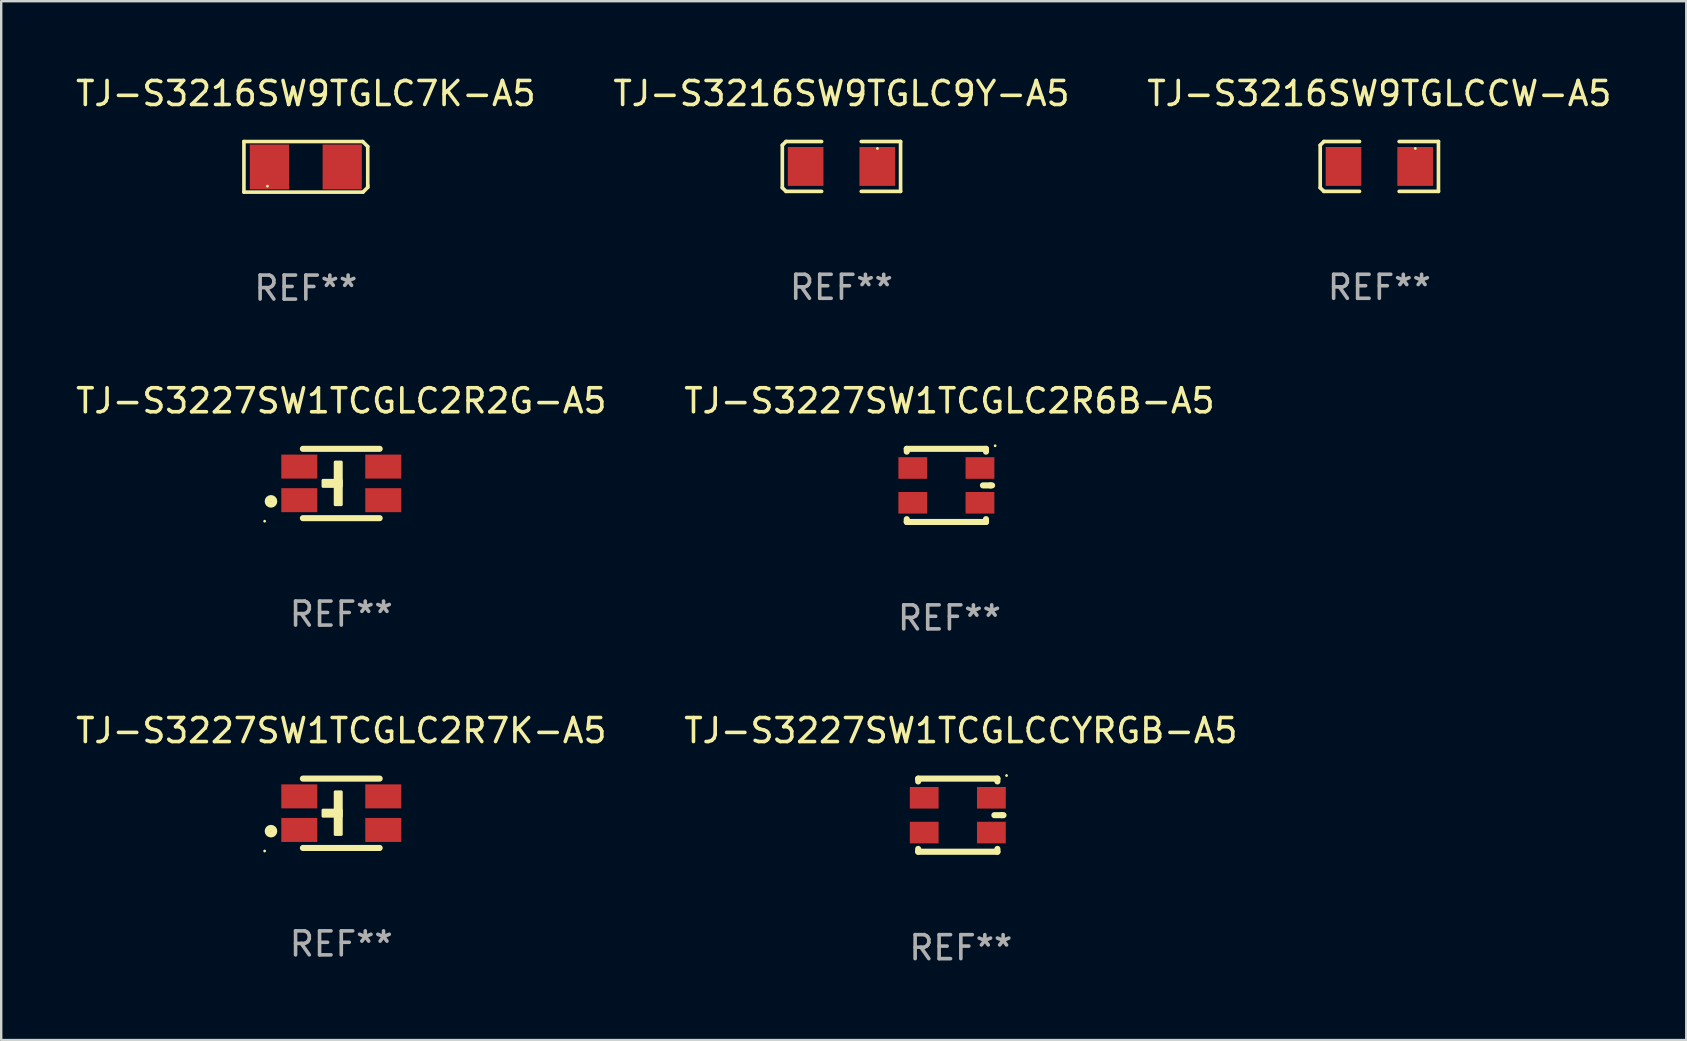
<source format=kicad_pcb>
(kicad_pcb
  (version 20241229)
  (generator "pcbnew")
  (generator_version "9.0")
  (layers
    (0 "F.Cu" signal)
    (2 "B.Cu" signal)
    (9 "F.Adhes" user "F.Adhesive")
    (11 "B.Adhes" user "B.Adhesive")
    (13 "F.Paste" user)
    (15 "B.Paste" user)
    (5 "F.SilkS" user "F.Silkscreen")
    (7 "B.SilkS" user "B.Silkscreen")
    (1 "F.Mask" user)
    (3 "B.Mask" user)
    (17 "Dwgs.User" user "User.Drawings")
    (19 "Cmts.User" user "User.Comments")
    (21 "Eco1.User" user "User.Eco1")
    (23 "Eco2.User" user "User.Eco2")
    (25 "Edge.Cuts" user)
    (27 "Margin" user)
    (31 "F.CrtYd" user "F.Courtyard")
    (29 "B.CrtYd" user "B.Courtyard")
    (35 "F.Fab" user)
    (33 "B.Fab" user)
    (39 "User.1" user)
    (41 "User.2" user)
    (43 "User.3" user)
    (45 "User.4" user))
  (footprint "TJ-S3216SW9TGLC7K-A5"
    (layer "F.Cu")
    (at 9.696 3.903)
    (property "Reference" "TJ-S3216SW9TGLC7K-A5" (at 0 -3.055 0) (layer "F.SilkS") (effects (font (size 1 1) (thickness 0.15))))
    (attr through_hole)
    (fp_line (start -2.58 -1.055) (end 2.37 -1.055) (stroke (width 0.15) (type solid)) (layer "F.SilkS"))
    (fp_line (start -2.58 1.055) (end -2.58 -1.055) (stroke (width 0.15) (type solid)) (layer "F.SilkS"))
    (fp_line (start 2.38 1.055) (end -2.58 1.055) (stroke (width 0.15) (type solid)) (layer "F.SilkS"))
    (fp_line (start 2.58 -0.845) (end 2.37 -1.055) (stroke (width 0.15) (type solid)) (layer "F.SilkS"))
    (fp_line (start 2.58 0.775) (end 2.58 -0.845) (stroke (width 0.15) (type solid)) (layer "F.SilkS"))
    (fp_line (start 2.58 0.775) (end 2.58 0.855) (stroke (width 0.15) (type solid)) (layer "F.SilkS"))
    (fp_line (start 2.58 0.855) (end 2.38 1.055) (stroke (width 0.15) (type solid)) (layer "F.SilkS"))
    (fp_circle (center -1.6 0.805) (end -1.57 0.805) (stroke (width 0.06) (type solid)) (fill no) (layer "F.SilkS"))
    (fp_text user "REF**" (at 0 5.055 0) (layer "F.Fab") (effects (font (size 1 1) (thickness 0.15))))
    (pad "1" smd rect (at -1.517 0.005) (size 1.635 1.87) (layers "F.Cu" "F.Mask" "F.Paste"))
    (pad "2" smd rect (at 1.517 0.005) (size 1.635 1.87) (layers "F.Cu" "F.Mask" "F.Paste")))
  (footprint "TJ-S3227SW1TCGLC2R2G-A5"
    (layer "F.Cu")
    (at 11.173 17.1)
    (property "Reference" "TJ-S3227SW1TCGLC2R2G-A5" (at 0 -3.445 0) (layer "F.SilkS") (effects (font (size 1 1) (thickness 0.15))))
    (attr through_hole)
    (fp_line (start -1.6 -1.445) (end 1.6 -1.445) (stroke (width 0.254) (type solid)) (layer "F.SilkS"))
    (fp_line (start 1.6 1.445) (end -1.6 1.445) (stroke (width 0.254) (type solid)) (layer "F.SilkS"))
    (fp_circle (center -3.193 1.572) (end -3.163 1.572) (stroke (width 0.06) (type solid)) (fill no) (layer "F.SilkS"))
    (fp_circle (center -2.93 0.745) (end -2.794 0.745) (stroke (width 0.254) (type solid)) (fill no) (layer "F.SilkS"))
    (fp_poly (pts (xy -0.762 -0.132) (xy 0 -0.132) (xy 0 0.122) (xy -0.762 0.122)) (stroke (width 0.12) (type solid)) (fill yes) (layer "F.SilkS"))
    (fp_poly (pts (xy -0.254 -0.894) (xy 0 -0.894) (xy 0 0.884) (xy -0.254 0.884)) (stroke (width 0.12) (type solid)) (fill yes) (layer "F.SilkS"))
    (fp_text user "REF**" (at 0 5.445 0) (layer "F.Fab") (effects (font (size 1 1) (thickness 0.15))))
    (pad "1" smd rect (at -1.75 0.695 90) (size 1 1.5) (layers "F.Cu" "F.Mask" "F.Paste"))
    (pad "2" smd rect (at 1.75 0.695 90) (size 1 1.5) (layers "F.Cu" "F.Mask" "F.Paste"))
    (pad "3" smd rect (at 1.75 -0.705 90) (size 1 1.5) (layers "F.Cu" "F.Mask" "F.Paste"))
    (pad "4" smd rect (at -1.75 -0.705 90) (size 1 1.5) (layers "F.Cu" "F.Mask" "F.Paste")))
  (footprint "TJ-S3227SW1TCGLC2R7K-A5"
    (layer "F.Cu")
    (at 11.173 30.844)
    (property "Reference" "TJ-S3227SW1TCGLC2R7K-A5" (at 0 -3.445 0) (layer "F.SilkS") (effects (font (size 1 1) (thickness 0.15))))
    (attr through_hole)
    (fp_line (start -1.6 -1.445) (end 1.6 -1.445) (stroke (width 0.254) (type solid)) (layer "F.SilkS"))
    (fp_line (start 1.6 1.445) (end -1.6 1.445) (stroke (width 0.254) (type solid)) (layer "F.SilkS"))
    (fp_circle (center -3.193 1.572) (end -3.163 1.572) (stroke (width 0.06) (type solid)) (fill no) (layer "F.SilkS"))
    (fp_circle (center -2.93 0.745) (end -2.794 0.745) (stroke (width 0.254) (type solid)) (fill no) (layer "F.SilkS"))
    (fp_poly (pts (xy -0.762 -0.132) (xy 0 -0.132) (xy 0 0.122) (xy -0.762 0.122)) (stroke (width 0.12) (type solid)) (fill yes) (layer "F.SilkS"))
    (fp_poly (pts (xy -0.254 -0.894) (xy 0 -0.894) (xy 0 0.884) (xy -0.254 0.884)) (stroke (width 0.12) (type solid)) (fill yes) (layer "F.SilkS"))
    (fp_text user "REF**" (at 0 5.445 0) (layer "F.Fab") (effects (font (size 1 1) (thickness 0.15))))
    (pad "1" smd rect (at -1.75 0.695 90) (size 1 1.5) (layers "F.Cu" "F.Mask" "F.Paste"))
    (pad "2" smd rect (at 1.75 0.695 90) (size 1 1.5) (layers "F.Cu" "F.Mask" "F.Paste"))
    (pad "3" smd rect (at 1.75 -0.705 90) (size 1 1.5) (layers "F.Cu" "F.Mask" "F.Paste"))
    (pad "4" smd rect (at -1.75 -0.705 90) (size 1 1.5) (layers "F.Cu" "F.Mask" "F.Paste")))
  (footprint "TJ-S3216SW9TGLCCW-A5"
    (layer "F.Cu")
    (at 54.435 3.887)
    (property "Reference" "TJ-S3216SW9TGLCCW-A5" (at 0 -3.039 0) (layer "F.SilkS") (effects (font (size 1 1) (thickness 0.15))))
    (attr through_hole)
    (fp_line (start -2.464 -0.886) (end -2.311 -1.039) (stroke (width 0.152) (type solid)) (layer "F.SilkS"))
    (fp_line (start -2.464 0.886) (end -2.464 -0.886) (stroke (width 0.152) (type solid)) (layer "F.SilkS"))
    (fp_line (start -2.311 -1.039) (end -0.826 -1.039) (stroke (width 0.152) (type solid)) (layer "F.SilkS"))
    (fp_line (start -2.311 1.039) (end -2.464 0.886) (stroke (width 0.152) (type solid)) (layer "F.SilkS"))
    (fp_line (start -0.826 1.039) (end -2.311 1.039) (stroke (width 0.152) (type solid)) (layer "F.SilkS"))
    (fp_line (start 0.826 1.039) (end 2.464 1.039) (stroke (width 0.152) (type solid)) (layer "F.SilkS"))
    (fp_line (start 2.464 -1.039) (end 0.826 -1.039) (stroke (width 0.152) (type solid)) (layer "F.SilkS"))
    (fp_line (start 2.464 1.039) (end 2.464 -1.039) (stroke (width 0.152) (type solid)) (layer "F.SilkS"))
    (fp_circle (center 1.5 -0.75) (end 1.53 -0.75) (stroke (width 0.06) (type solid)) (fill no) (layer "F.SilkS"))
    (fp_text user "REF**" (at 0 5.039 0) (layer "F.Fab") (effects (font (size 1 1) (thickness 0.15))))
    (pad "1" smd rect (at 1.493 0) (size 1.485 1.62) (layers "F.Cu" "F.Mask" "F.Paste"))
    (pad "2" smd rect (at -1.493 0) (size 1.485 1.62) (layers "F.Cu" "F.Mask" "F.Paste")))
  (footprint "TJ-S3227SW1TCGLCCYRGB-A5"
    (layer "F.Cu")
    (at 36.994 30.923)
    (property "Reference" "TJ-S3227SW1TCGLCCYRGB-A5" (at 0 -3.524 0) (layer "F.SilkS") (effects (font (size 1 1) (thickness 0.15))))
    (attr through_hole)
    (fp_line (start -1.778 -1.524) (end -1.778 -1.406) (stroke (width 0.254) (type solid)) (layer "F.SilkS"))
    (fp_line (start -1.778 1.406) (end -1.778 1.524) (stroke (width 0.254) (type solid)) (layer "F.SilkS"))
    (fp_line (start -1.778 1.524) (end 1.524 1.524) (stroke (width 0.254) (type solid)) (layer "F.SilkS"))
    (fp_line (start 1.397 0) (end 1.715 0) (stroke (width 0.254) (type solid)) (layer "F.SilkS"))
    (fp_line (start 1.524 -1.524) (end -1.778 -1.524) (stroke (width 0.254) (type solid)) (layer "F.SilkS"))
    (fp_line (start 1.524 -1.406) (end 1.524 -1.524) (stroke (width 0.254) (type solid)) (layer "F.SilkS"))
    (fp_line (start 1.524 1.524) (end 1.524 1.406) (stroke (width 0.254) (type solid)) (layer "F.SilkS"))
    (fp_line (start 1.715 0) (end 1.778 0) (stroke (width 0.254) (type solid)) (layer "F.SilkS"))
    (fp_circle (center 1.905 -1.651) (end 1.935 -1.651) (stroke (width 0.06) (type solid)) (fill no) (layer "F.SilkS"))
    (fp_text user "REF**" (at 0 5.524 0) (layer "F.Fab") (effects (font (size 1 1) (thickness 0.15))))
    (pad "1" smd rect (at 1.273 -0.725) (size 1.2 0.9) (layers "F.Cu" "F.Mask" "F.Paste"))
    (pad "2" smd rect (at -1.527 -0.725) (size 1.2 0.9) (layers "F.Cu" "F.Mask" "F.Paste"))
    (pad "3" smd rect (at -1.527 0.725) (size 1.2 0.9) (layers "F.Cu" "F.Mask" "F.Paste"))
    (pad "4" smd rect (at 1.273 0.725) (size 1.2 0.9) (layers "F.Cu" "F.Mask" "F.Paste")))
  (footprint "TJ-S3216SW9TGLC9Y-A5"
    (layer "F.Cu")
    (at 32.018 3.887)
    (property "Reference" "TJ-S3216SW9TGLC9Y-A5" (at 0 -3.039 0) (layer "F.SilkS") (effects (font (size 1 1) (thickness 0.15))))
    (attr through_hole)
    (fp_line (start -2.464 -0.886) (end -2.311 -1.039) (stroke (width 0.152) (type solid)) (layer "F.SilkS"))
    (fp_line (start -2.464 0.886) (end -2.464 -0.886) (stroke (width 0.152) (type solid)) (layer "F.SilkS"))
    (fp_line (start -2.311 -1.039) (end -0.826 -1.039) (stroke (width 0.152) (type solid)) (layer "F.SilkS"))
    (fp_line (start -2.311 1.039) (end -2.464 0.886) (stroke (width 0.152) (type solid)) (layer "F.SilkS"))
    (fp_line (start -0.826 1.039) (end -2.311 1.039) (stroke (width 0.152) (type solid)) (layer "F.SilkS"))
    (fp_line (start 0.826 1.039) (end 2.464 1.039) (stroke (width 0.152) (type solid)) (layer "F.SilkS"))
    (fp_line (start 2.464 -1.039) (end 0.826 -1.039) (stroke (width 0.152) (type solid)) (layer "F.SilkS"))
    (fp_line (start 2.464 1.039) (end 2.464 -1.039) (stroke (width 0.152) (type solid)) (layer "F.SilkS"))
    (fp_circle (center 1.5 -0.75) (end 1.53 -0.75) (stroke (width 0.06) (type solid)) (fill no) (layer "F.SilkS"))
    (fp_text user "REF**" (at 0 5.039 0) (layer "F.Fab") (effects (font (size 1 1) (thickness 0.15))))
    (pad "1" smd rect (at 1.493 0) (size 1.485 1.62) (layers "F.Cu" "F.Mask" "F.Paste"))
    (pad "2" smd rect (at -1.493 0) (size 1.485 1.62) (layers "F.Cu" "F.Mask" "F.Paste")))
  (footprint "TJ-S3227SW1TCGLC2R6B-A5"
    (layer "F.Cu")
    (at 36.518 17.179)
    (property "Reference" "TJ-S3227SW1TCGLC2R6B-A5" (at 0 -3.524 0) (layer "F.SilkS") (effects (font (size 1 1) (thickness 0.15))))
    (attr through_hole)
    (fp_line (start -1.778 -1.524) (end -1.778 -1.406) (stroke (width 0.254) (type solid)) (layer "F.SilkS"))
    (fp_line (start -1.778 1.406) (end -1.778 1.524) (stroke (width 0.254) (type solid)) (layer "F.SilkS"))
    (fp_line (start -1.778 1.524) (end 1.524 1.524) (stroke (width 0.254) (type solid)) (layer "F.SilkS"))
    (fp_line (start 1.397 0) (end 1.715 0) (stroke (width 0.254) (type solid)) (layer "F.SilkS"))
    (fp_line (start 1.524 -1.524) (end -1.778 -1.524) (stroke (width 0.254) (type solid)) (layer "F.SilkS"))
    (fp_line (start 1.524 -1.406) (end 1.524 -1.524) (stroke (width 0.254) (type solid)) (layer "F.SilkS"))
    (fp_line (start 1.524 1.524) (end 1.524 1.406) (stroke (width 0.254) (type solid)) (layer "F.SilkS"))
    (fp_line (start 1.715 0) (end 1.778 0) (stroke (width 0.254) (type solid)) (layer "F.SilkS"))
    (fp_circle (center 1.905 -1.651) (end 1.935 -1.651) (stroke (width 0.06) (type solid)) (fill no) (layer "F.SilkS"))
    (fp_text user "REF**" (at 0 5.524 0) (layer "F.Fab") (effects (font (size 1 1) (thickness 0.15))))
    (pad "1" smd rect (at 1.273 -0.725) (size 1.2 0.9) (layers "F.Cu" "F.Mask" "F.Paste"))
    (pad "2" smd rect (at -1.527 -0.725) (size 1.2 0.9) (layers "F.Cu" "F.Mask" "F.Paste"))
    (pad "3" smd rect (at -1.527 0.725) (size 1.2 0.9) (layers "F.Cu" "F.Mask" "F.Paste"))
    (pad "4" smd rect (at 1.273 0.725) (size 1.2 0.9) (layers "F.Cu" "F.Mask" "F.Paste")))
  (gr_rect
    (start -3 -3)
    (end 67.226 40.296)
    (stroke (width 0.1) (type default))
    (fill no)
    (layer "Edge.Cuts")))
</source>
